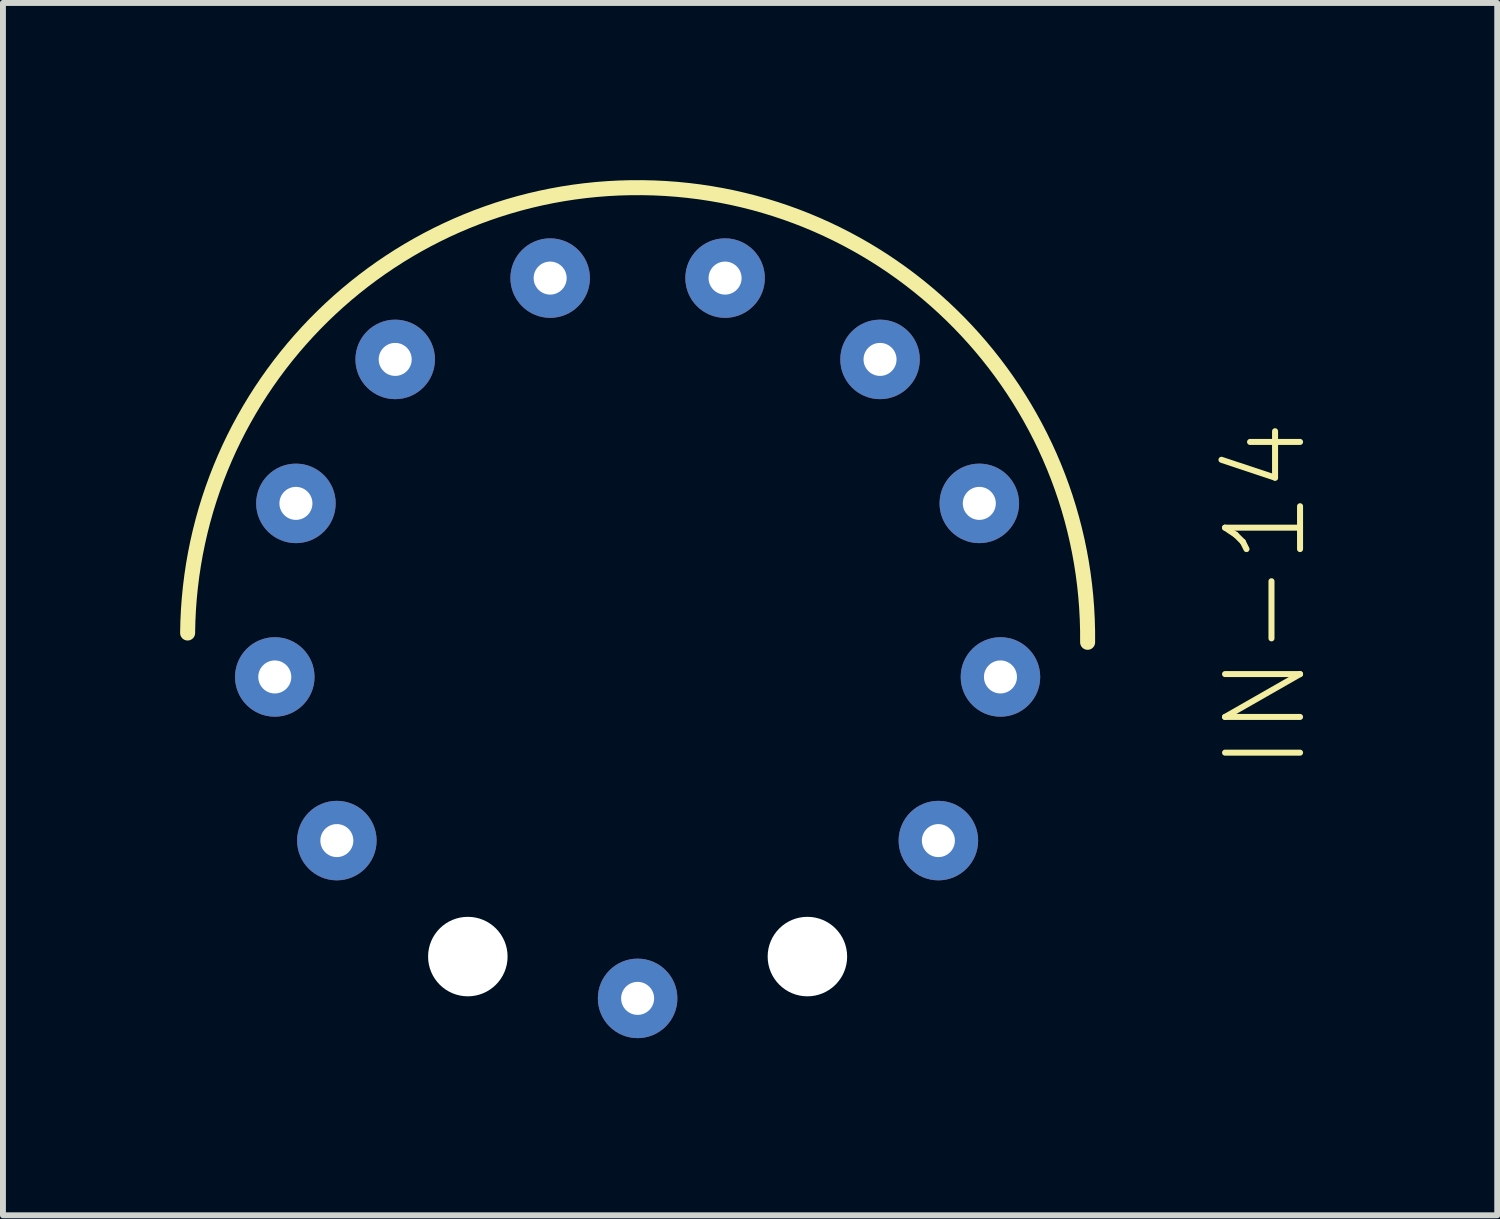
<source format=kicad_pcb>
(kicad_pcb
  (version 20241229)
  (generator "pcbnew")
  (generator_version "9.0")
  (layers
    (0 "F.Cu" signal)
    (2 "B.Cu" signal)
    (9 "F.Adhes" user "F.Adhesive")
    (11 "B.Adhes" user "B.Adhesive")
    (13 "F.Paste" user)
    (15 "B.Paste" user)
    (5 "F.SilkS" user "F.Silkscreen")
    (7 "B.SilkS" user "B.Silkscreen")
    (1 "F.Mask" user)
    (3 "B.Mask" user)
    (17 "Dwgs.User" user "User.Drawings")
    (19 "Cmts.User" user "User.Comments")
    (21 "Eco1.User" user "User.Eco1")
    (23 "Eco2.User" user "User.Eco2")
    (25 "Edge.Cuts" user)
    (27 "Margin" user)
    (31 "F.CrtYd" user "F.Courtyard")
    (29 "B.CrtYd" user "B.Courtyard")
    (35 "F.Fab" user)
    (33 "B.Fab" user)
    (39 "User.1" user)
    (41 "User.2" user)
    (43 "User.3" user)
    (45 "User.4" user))
  (footprint "IN-14"
    (layer "F.Cu")
    (at 7.747 7.669)
    (property "Reference" "IN-14" (at 10.635 -0.635 90) (layer "F.SilkS") (effects (font (size 1.27 1.27) (thickness 0.102))))
    (attr exclude_from_pos_files exclude_from_bom)
    (fp_arc (start -7.62 0) (mid 0.07874 -7.54126) (end 7.62 0.15748) (stroke (width 0.254) (type solid)) (layer "F.SilkS"))
    (pad "" np_thru_hole circle (at -2.875 5.479) (size 1.346 1.346) (drill 1.346) (layers "*.Cu" "*.Mask"))
    (pad "" np_thru_hole circle (at 2.875 5.479) (size 1.346 1.346) (drill 1.346) (layers "*.Cu" "*.Mask"))
    (pad "0" thru_hole circle (at -5.093 3.515) (size 1.346 1.346) (drill 0.559) (layers "*.Cu" "*.Mask"))
    (pad "1" thru_hole circle (at 5.093 3.515) (size 1.346 1.346) (drill 0.559) (layers "*.Cu" "*.Mask"))
    (pad "2" thru_hole circle (at 6.144 0.744) (size 1.346 1.346) (drill 0.559) (layers "*.Cu" "*.Mask"))
    (pad "3" thru_hole circle (at 5.786 -2.195) (size 1.346 1.346) (drill 0.559) (layers "*.Cu" "*.Mask"))
    (pad "4" thru_hole circle (at 4.105 -4.633) (size 1.346 1.346) (drill 0.559) (layers "*.Cu" "*.Mask"))
    (pad "5" thru_hole circle (at 1.481 -6.01) (size 1.346 1.346) (drill 0.559) (layers "*.Cu" "*.Mask"))
    (pad "6" thru_hole circle (at -1.481 -6.01) (size 1.346 1.346) (drill 0.559) (layers "*.Cu" "*.Mask"))
    (pad "7" thru_hole circle (at -4.105 -4.633) (size 1.346 1.346) (drill 0.559) (layers "*.Cu" "*.Mask"))
    (pad "8" thru_hole circle (at -5.786 -2.195) (size 1.346 1.346) (drill 0.559) (layers "*.Cu" "*.Mask"))
    (pad "9" thru_hole circle (at -6.144 0.744) (size 1.346 1.346) (drill 0.559) (layers "*.Cu" "*.Mask"))
    (pad "A" thru_hole circle (at 0 6.187) (size 1.346 1.346) (drill 0.559) (layers "*.Cu" "*.Mask")))
  (gr_rect
    (start -3 -3)
    (end 22.303 17.529)
    (stroke (width 0.1) (type default))
    (fill no)
    (layer "Edge.Cuts")))
</source>
